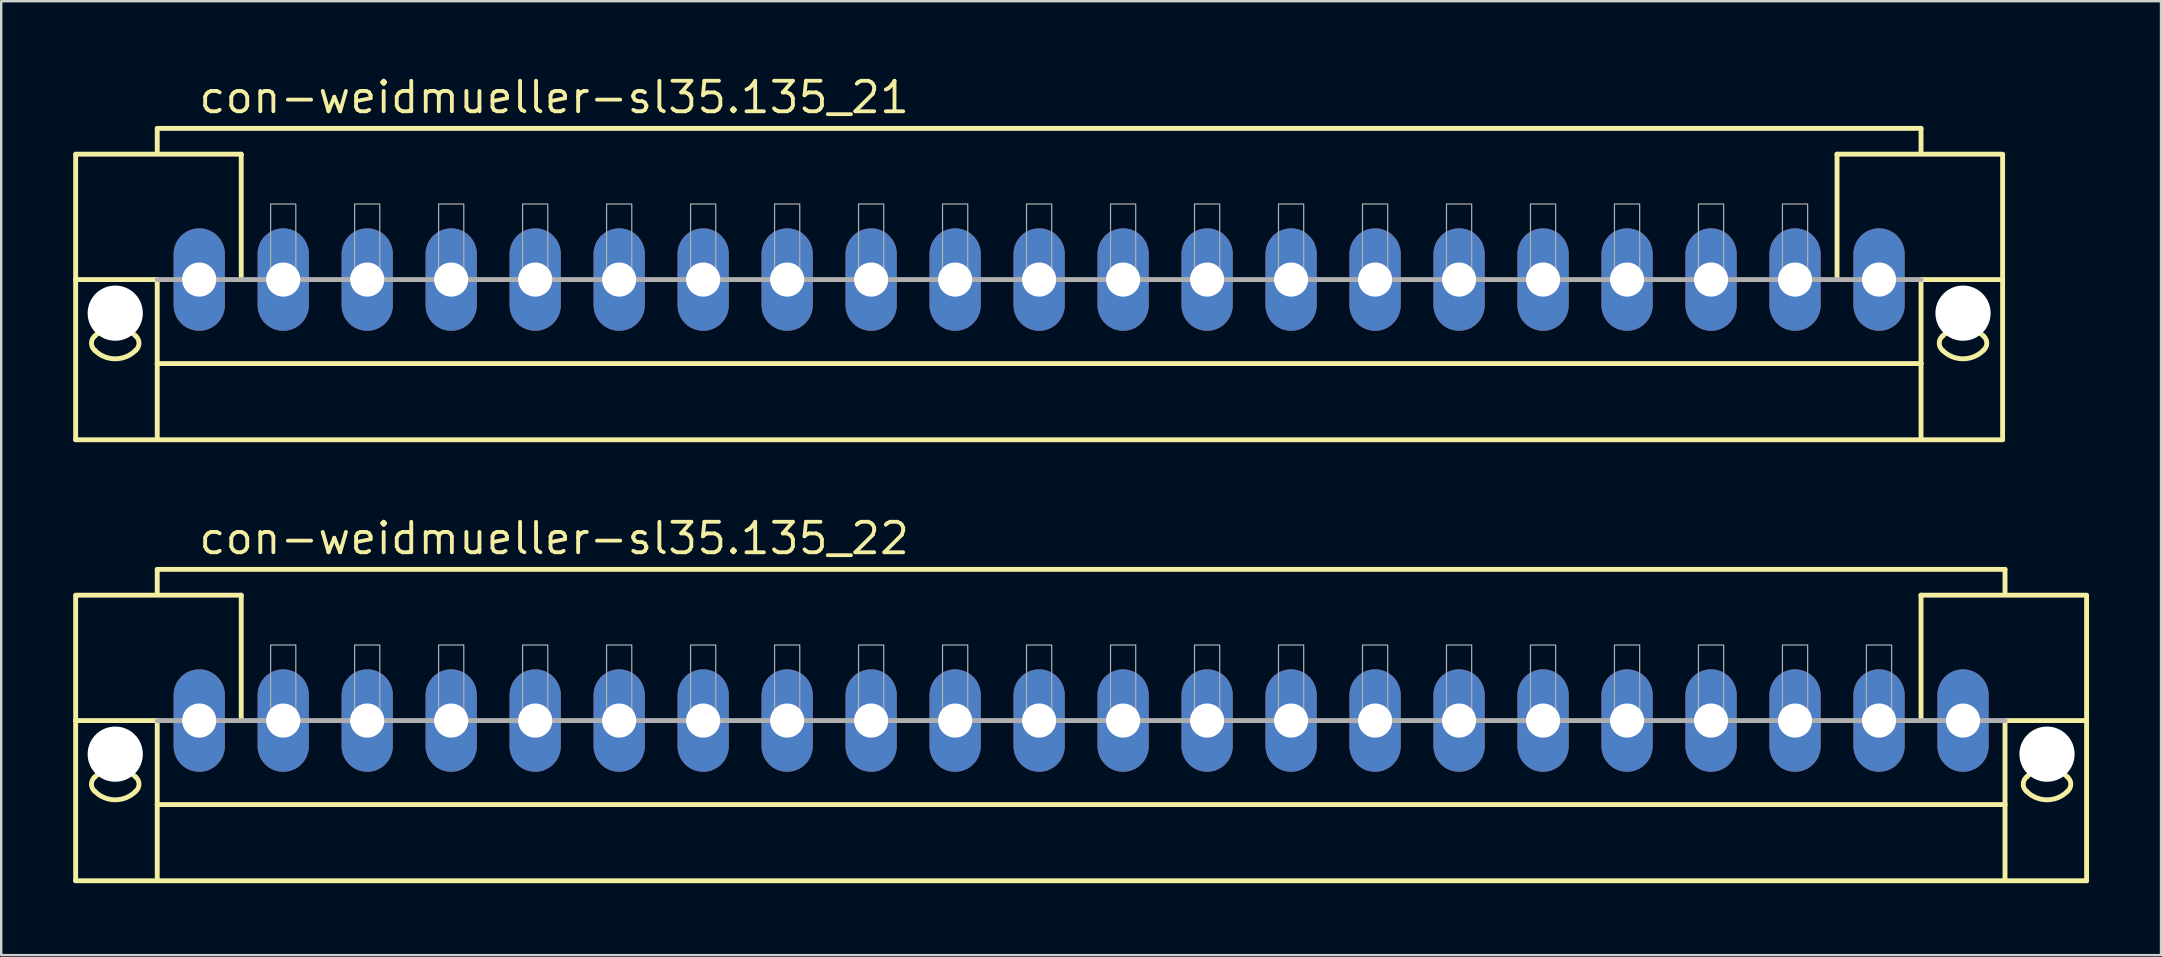
<source format=kicad_pcb>
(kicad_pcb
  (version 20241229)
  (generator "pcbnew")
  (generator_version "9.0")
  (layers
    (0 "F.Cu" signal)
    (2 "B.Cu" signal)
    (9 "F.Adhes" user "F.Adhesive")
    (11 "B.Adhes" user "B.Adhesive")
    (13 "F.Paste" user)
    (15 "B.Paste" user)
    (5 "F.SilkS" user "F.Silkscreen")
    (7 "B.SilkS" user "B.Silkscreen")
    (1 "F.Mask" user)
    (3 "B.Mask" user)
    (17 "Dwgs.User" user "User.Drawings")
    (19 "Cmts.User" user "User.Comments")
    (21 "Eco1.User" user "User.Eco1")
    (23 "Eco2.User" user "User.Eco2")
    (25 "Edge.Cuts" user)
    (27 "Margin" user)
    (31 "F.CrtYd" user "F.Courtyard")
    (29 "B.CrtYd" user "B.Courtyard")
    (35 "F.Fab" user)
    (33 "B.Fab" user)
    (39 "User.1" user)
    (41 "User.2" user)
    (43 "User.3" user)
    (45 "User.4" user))
  (footprint "con-weidmueller-sl35.135_22"
    (layer "F.Cu")
    (at 42.002 26.977)
    (property "Reference" "con-weidmueller-sl35.135_22" (at -36.85 -6.85 0) (layer "F.SilkS") (effects (font (size 1.27 1.27) (thickness 0.16)) (justify left bottom)))
    (attr through_hole)
    (fp_line (start -41.9 -5.225) (end -35 -5.225) (stroke (width 0.203) (type default)) (layer "F.SilkS"))
    (fp_line (start -41.9 -5.2) (end -41.9 0) (stroke (width 0.203) (type default)) (layer "F.SilkS"))
    (fp_line (start -41.9 0) (end -41.9 6.675) (stroke (width 0.203) (type default)) (layer "F.SilkS"))
    (fp_line (start -41.9 0) (end -38.5 0) (stroke (width 0.203) (type default)) (layer "F.SilkS"))
    (fp_line (start -41.9 6.675) (end 41.9 6.675) (stroke (width 0.203) (type default)) (layer "F.SilkS"))
    (fp_line (start -38.5 -6.3) (end 38.5 -6.3) (stroke (width 0.203) (type default)) (layer "F.SilkS"))
    (fp_line (start -38.5 -5.3) (end -38.5 -6.3) (stroke (width 0.203) (type default)) (layer "F.SilkS"))
    (fp_line (start -38.5 0) (end -38.5 3.5) (stroke (width 0.203) (type default)) (layer "F.SilkS"))
    (fp_line (start -38.5 3.5) (end 38.5 3.5) (stroke (width 0.203) (type default)) (layer "F.SilkS"))
    (fp_line (start -38.5 6.65) (end -38.5 3.5) (stroke (width 0.203) (type default)) (layer "F.SilkS"))
    (fp_line (start -35 -5.225) (end -35 -5.2) (stroke (width 0.203) (type default)) (layer "F.SilkS"))
    (fp_line (start -35 -5.175) (end -35 0) (stroke (width 0.203) (type default)) (layer "F.SilkS"))
    (fp_line (start 35 -5.225) (end 41.9 -5.225) (stroke (width 0.203) (type default)) (layer "F.SilkS"))
    (fp_line (start 35 -5.2) (end 35 -5.225) (stroke (width 0.203) (type default)) (layer "F.SilkS"))
    (fp_line (start 35 0) (end 35 -5.175) (stroke (width 0.203) (type default)) (layer "F.SilkS"))
    (fp_line (start 38.5 -6.3) (end 38.5 -5.3) (stroke (width 0.203) (type default)) (layer "F.SilkS"))
    (fp_line (start 38.5 3.5) (end 38.5 0) (stroke (width 0.203) (type default)) (layer "F.SilkS"))
    (fp_line (start 38.5 6.65) (end 38.5 3.5) (stroke (width 0.203) (type default)) (layer "F.SilkS"))
    (fp_line (start 41.9 0) (end 38.5 0) (stroke (width 0.203) (type default)) (layer "F.SilkS"))
    (fp_line (start 41.9 0) (end 41.9 -5.2) (stroke (width 0.203) (type default)) (layer "F.SilkS"))
    (fp_line (start 41.9 6.675) (end 41.9 0) (stroke (width 0.203) (type default)) (layer "F.SilkS"))
    (fp_arc (start -41.1 2.35) (mid -40.25 1.997918) (end -39.4 2.35) (stroke (width 0.2032) (type default)) (layer "F.SilkS"))
    (fp_arc (start -41.1 2.95) (mid -41.240512 2.65) (end -41.1 2.35) (stroke (width 0.2032) (type default)) (layer "F.SilkS"))
    (fp_arc (start -39.4 2.35) (mid -39.259488 2.65) (end -39.4 2.95) (stroke (width 0.2032) (type default)) (layer "F.SilkS"))
    (fp_arc (start -39.4 2.95) (mid -40.25 3.302082) (end -41.1 2.95) (stroke (width 0.2032) (type default)) (layer "F.SilkS"))
    (fp_arc (start 39.4 2.35) (mid 40.25 1.997918) (end 41.1 2.35) (stroke (width 0.2032) (type default)) (layer "F.SilkS"))
    (fp_arc (start 39.4 2.95) (mid 39.259488 2.65) (end 39.4 2.35) (stroke (width 0.2032) (type default)) (layer "F.SilkS"))
    (fp_arc (start 41.1 2.35) (mid 41.240512 2.65) (end 41.1 2.95) (stroke (width 0.2032) (type default)) (layer "F.SilkS"))
    (fp_arc (start 41.1 2.95) (mid 40.25 3.302082) (end 39.4 2.95) (stroke (width 0.2032) (type default)) (layer "F.SilkS"))
    (fp_line (start 38.5 0) (end -38.5 0) (stroke (width 0.203) (type default)) (layer "F.Fab"))
    (fp_rect (start -33.775 0) (end -32.725 -3.15) (stroke (width 0.05) (type default)) (fill no) (layer "F.Fab"))
    (fp_rect (start -30.275 0) (end -29.225 -3.15) (stroke (width 0.05) (type default)) (fill no) (layer "F.Fab"))
    (fp_rect (start -26.775 0) (end -25.725 -3.15) (stroke (width 0.05) (type default)) (fill no) (layer "F.Fab"))
    (fp_rect (start -23.275 0) (end -22.225 -3.15) (stroke (width 0.05) (type default)) (fill no) (layer "F.Fab"))
    (fp_rect (start -19.775 0) (end -18.725 -3.15) (stroke (width 0.05) (type default)) (fill no) (layer "F.Fab"))
    (fp_rect (start -16.275 0) (end -15.225 -3.15) (stroke (width 0.05) (type default)) (fill no) (layer "F.Fab"))
    (fp_rect (start -12.775 0) (end -11.725 -3.15) (stroke (width 0.05) (type default)) (fill no) (layer "F.Fab"))
    (fp_rect (start -9.275 0) (end -8.225 -3.15) (stroke (width 0.05) (type default)) (fill no) (layer "F.Fab"))
    (fp_rect (start -5.775 0) (end -4.725 -3.15) (stroke (width 0.05) (type default)) (fill no) (layer "F.Fab"))
    (fp_rect (start -2.275 0) (end -1.225 -3.15) (stroke (width 0.05) (type default)) (fill no) (layer "F.Fab"))
    (fp_rect (start 1.225 0) (end 2.275 -3.15) (stroke (width 0.05) (type default)) (fill no) (layer "F.Fab"))
    (fp_rect (start 4.725 0) (end 5.775 -3.15) (stroke (width 0.05) (type default)) (fill no) (layer "F.Fab"))
    (fp_rect (start 8.225 0) (end 9.275 -3.15) (stroke (width 0.05) (type default)) (fill no) (layer "F.Fab"))
    (fp_rect (start 11.725 0) (end 12.775 -3.15) (stroke (width 0.05) (type default)) (fill no) (layer "F.Fab"))
    (fp_rect (start 15.225 0) (end 16.275 -3.15) (stroke (width 0.05) (type default)) (fill no) (layer "F.Fab"))
    (fp_rect (start 18.725 0) (end 19.775 -3.15) (stroke (width 0.05) (type default)) (fill no) (layer "F.Fab"))
    (fp_rect (start 22.225 0) (end 23.275 -3.15) (stroke (width 0.05) (type default)) (fill no) (layer "F.Fab"))
    (fp_rect (start 25.725 0) (end 26.775 -3.15) (stroke (width 0.05) (type default)) (fill no) (layer "F.Fab"))
    (fp_rect (start 29.225 0) (end 30.275 -3.15) (stroke (width 0.05) (type default)) (fill no) (layer "F.Fab"))
    (fp_rect (start 32.725 0) (end 33.775 -3.15) (stroke (width 0.05) (type default)) (fill no) (layer "F.Fab"))
    (pad "" np_thru_hole circle (at -40.25 1.4) (size 2.3 2.3) (drill 2.3) (layers "*.Cu" "*.Mask"))
    (pad "" np_thru_hole circle (at 40.25 1.4) (size 2.3 2.3) (drill 2.3) (layers "*.Cu" "*.Mask"))
    (pad "1" thru_hole oval (at -36.75 0 90) (size 4.267 2.134) (drill 1.422) (layers "*.Cu" "*.Mask"))
    (pad "2" thru_hole oval (at -33.25 0 90) (size 4.267 2.134) (drill 1.422) (layers "*.Cu" "*.Mask"))
    (pad "3" thru_hole oval (at -29.75 0 90) (size 4.267 2.134) (drill 1.422) (layers "*.Cu" "*.Mask"))
    (pad "4" thru_hole oval (at -26.25 0 90) (size 4.267 2.134) (drill 1.422) (layers "*.Cu" "*.Mask"))
    (pad "5" thru_hole oval (at -22.75 0 90) (size 4.267 2.134) (drill 1.422) (layers "*.Cu" "*.Mask"))
    (pad "6" thru_hole oval (at -19.25 0 90) (size 4.267 2.134) (drill 1.422) (layers "*.Cu" "*.Mask"))
    (pad "7" thru_hole oval (at -15.75 0 90) (size 4.267 2.134) (drill 1.422) (layers "*.Cu" "*.Mask"))
    (pad "8" thru_hole oval (at -12.25 0 90) (size 4.267 2.134) (drill 1.422) (layers "*.Cu" "*.Mask"))
    (pad "9" thru_hole oval (at -8.75 0 90) (size 4.267 2.134) (drill 1.422) (layers "*.Cu" "*.Mask"))
    (pad "10" thru_hole oval (at -5.25 0 90) (size 4.267 2.134) (drill 1.422) (layers "*.Cu" "*.Mask"))
    (pad "11" thru_hole oval (at -1.75 0 90) (size 4.267 2.134) (drill 1.422) (layers "*.Cu" "*.Mask"))
    (pad "12" thru_hole oval (at 1.75 0 90) (size 4.267 2.134) (drill 1.422) (layers "*.Cu" "*.Mask"))
    (pad "13" thru_hole oval (at 5.25 0 90) (size 4.267 2.134) (drill 1.422) (layers "*.Cu" "*.Mask"))
    (pad "14" thru_hole oval (at 8.75 0 90) (size 4.267 2.134) (drill 1.422) (layers "*.Cu" "*.Mask"))
    (pad "15" thru_hole oval (at 12.25 0 90) (size 4.267 2.134) (drill 1.422) (layers "*.Cu" "*.Mask"))
    (pad "16" thru_hole oval (at 15.75 0 90) (size 4.267 2.134) (drill 1.422) (layers "*.Cu" "*.Mask"))
    (pad "17" thru_hole oval (at 19.25 0 90) (size 4.267 2.134) (drill 1.422) (layers "*.Cu" "*.Mask"))
    (pad "18" thru_hole oval (at 22.75 0 90) (size 4.267 2.134) (drill 1.422) (layers "*.Cu" "*.Mask"))
    (pad "19" thru_hole oval (at 26.25 0 90) (size 4.267 2.134) (drill 1.422) (layers "*.Cu" "*.Mask"))
    (pad "20" thru_hole oval (at 29.75 0 90) (size 4.267 2.134) (drill 1.422) (layers "*.Cu" "*.Mask"))
    (pad "21" thru_hole oval (at 33.25 0 90) (size 4.267 2.134) (drill 1.422) (layers "*.Cu" "*.Mask"))
    (pad "22" thru_hole oval (at 36.75 0 90) (size 4.267 2.134) (drill 1.422) (layers "*.Cu" "*.Mask")))
  (footprint "con-weidmueller-sl35.135_21"
    (layer "F.Cu")
    (at 40.252 8.6)
    (property "Reference" "con-weidmueller-sl35.135_21" (at -35.1 -6.85 0) (layer "F.SilkS") (effects (font (size 1.27 1.27) (thickness 0.16)) (justify left bottom)))
    (attr through_hole)
    (fp_line (start -40.15 -5.225) (end -33.25 -5.225) (stroke (width 0.203) (type default)) (layer "F.SilkS"))
    (fp_line (start -40.15 -5.2) (end -40.15 0) (stroke (width 0.203) (type default)) (layer "F.SilkS"))
    (fp_line (start -40.15 0) (end -40.15 6.675) (stroke (width 0.203) (type default)) (layer "F.SilkS"))
    (fp_line (start -40.15 0) (end -36.75 0) (stroke (width 0.203) (type default)) (layer "F.SilkS"))
    (fp_line (start -40.15 6.675) (end 40.15 6.675) (stroke (width 0.203) (type default)) (layer "F.SilkS"))
    (fp_line (start -36.75 -6.3) (end 36.75 -6.3) (stroke (width 0.203) (type default)) (layer "F.SilkS"))
    (fp_line (start -36.75 -5.3) (end -36.75 -6.3) (stroke (width 0.203) (type default)) (layer "F.SilkS"))
    (fp_line (start -36.75 0) (end -36.75 3.5) (stroke (width 0.203) (type default)) (layer "F.SilkS"))
    (fp_line (start -36.75 3.5) (end 36.75 3.5) (stroke (width 0.203) (type default)) (layer "F.SilkS"))
    (fp_line (start -36.75 6.65) (end -36.75 3.5) (stroke (width 0.203) (type default)) (layer "F.SilkS"))
    (fp_line (start -33.25 -5.225) (end -33.25 -5.2) (stroke (width 0.203) (type default)) (layer "F.SilkS"))
    (fp_line (start -33.25 -5.175) (end -33.25 0) (stroke (width 0.203) (type default)) (layer "F.SilkS"))
    (fp_line (start 33.25 -5.225) (end 40.15 -5.225) (stroke (width 0.203) (type default)) (layer "F.SilkS"))
    (fp_line (start 33.25 -5.2) (end 33.25 -5.225) (stroke (width 0.203) (type default)) (layer "F.SilkS"))
    (fp_line (start 33.25 0) (end 33.25 -5.175) (stroke (width 0.203) (type default)) (layer "F.SilkS"))
    (fp_line (start 36.75 -6.3) (end 36.75 -5.3) (stroke (width 0.203) (type default)) (layer "F.SilkS"))
    (fp_line (start 36.75 3.5) (end 36.75 0) (stroke (width 0.203) (type default)) (layer "F.SilkS"))
    (fp_line (start 36.75 6.65) (end 36.75 3.5) (stroke (width 0.203) (type default)) (layer "F.SilkS"))
    (fp_line (start 40.15 0) (end 36.75 0) (stroke (width 0.203) (type default)) (layer "F.SilkS"))
    (fp_line (start 40.15 0) (end 40.15 -5.2) (stroke (width 0.203) (type default)) (layer "F.SilkS"))
    (fp_line (start 40.15 6.675) (end 40.15 0) (stroke (width 0.203) (type default)) (layer "F.SilkS"))
    (fp_arc (start -39.35 2.35) (mid -38.5 1.997918) (end -37.65 2.35) (stroke (width 0.2032) (type default)) (layer "F.SilkS"))
    (fp_arc (start -39.35 2.95) (mid -39.490512 2.65) (end -39.35 2.35) (stroke (width 0.2032) (type default)) (layer "F.SilkS"))
    (fp_arc (start -37.65 2.35) (mid -37.509488 2.65) (end -37.65 2.95) (stroke (width 0.2032) (type default)) (layer "F.SilkS"))
    (fp_arc (start -37.65 2.95) (mid -38.5 3.302082) (end -39.35 2.95) (stroke (width 0.2032) (type default)) (layer "F.SilkS"))
    (fp_arc (start 37.65 2.35) (mid 38.5 1.997918) (end 39.35 2.35) (stroke (width 0.2032) (type default)) (layer "F.SilkS"))
    (fp_arc (start 37.65 2.95) (mid 37.509488 2.65) (end 37.65 2.35) (stroke (width 0.2032) (type default)) (layer "F.SilkS"))
    (fp_arc (start 39.35 2.35) (mid 39.490512 2.65) (end 39.35 2.95) (stroke (width 0.2032) (type default)) (layer "F.SilkS"))
    (fp_arc (start 39.35 2.95) (mid 38.5 3.302082) (end 37.65 2.95) (stroke (width 0.2032) (type default)) (layer "F.SilkS"))
    (fp_line (start 36.75 0) (end -36.75 0) (stroke (width 0.203) (type default)) (layer "F.Fab"))
    (fp_rect (start -32.025 0) (end -30.975 -3.15) (stroke (width 0.05) (type default)) (fill no) (layer "F.Fab"))
    (fp_rect (start -28.525 0) (end -27.475 -3.15) (stroke (width 0.05) (type default)) (fill no) (layer "F.Fab"))
    (fp_rect (start -25.025 0) (end -23.975 -3.15) (stroke (width 0.05) (type default)) (fill no) (layer "F.Fab"))
    (fp_rect (start -21.525 0) (end -20.475 -3.15) (stroke (width 0.05) (type default)) (fill no) (layer "F.Fab"))
    (fp_rect (start -18.025 0) (end -16.975 -3.15) (stroke (width 0.05) (type default)) (fill no) (layer "F.Fab"))
    (fp_rect (start -14.525 0) (end -13.475 -3.15) (stroke (width 0.05) (type default)) (fill no) (layer "F.Fab"))
    (fp_rect (start -11.025 0) (end -9.975 -3.15) (stroke (width 0.05) (type default)) (fill no) (layer "F.Fab"))
    (fp_rect (start -7.525 0) (end -6.475 -3.15) (stroke (width 0.05) (type default)) (fill no) (layer "F.Fab"))
    (fp_rect (start -4.025 0) (end -2.975 -3.15) (stroke (width 0.05) (type default)) (fill no) (layer "F.Fab"))
    (fp_rect (start -0.525 0) (end 0.525 -3.15) (stroke (width 0.05) (type default)) (fill no) (layer "F.Fab"))
    (fp_rect (start 2.975 0) (end 4.025 -3.15) (stroke (width 0.05) (type default)) (fill no) (layer "F.Fab"))
    (fp_rect (start 6.475 0) (end 7.525 -3.15) (stroke (width 0.05) (type default)) (fill no) (layer "F.Fab"))
    (fp_rect (start 9.975 0) (end 11.025 -3.15) (stroke (width 0.05) (type default)) (fill no) (layer "F.Fab"))
    (fp_rect (start 13.475 0) (end 14.525 -3.15) (stroke (width 0.05) (type default)) (fill no) (layer "F.Fab"))
    (fp_rect (start 16.975 0) (end 18.025 -3.15) (stroke (width 0.05) (type default)) (fill no) (layer "F.Fab"))
    (fp_rect (start 20.475 0) (end 21.525 -3.15) (stroke (width 0.05) (type default)) (fill no) (layer "F.Fab"))
    (fp_rect (start 23.975 0) (end 25.025 -3.15) (stroke (width 0.05) (type default)) (fill no) (layer "F.Fab"))
    (fp_rect (start 27.475 0) (end 28.525 -3.15) (stroke (width 0.05) (type default)) (fill no) (layer "F.Fab"))
    (fp_rect (start 30.975 0) (end 32.025 -3.15) (stroke (width 0.05) (type default)) (fill no) (layer "F.Fab"))
    (pad "" np_thru_hole circle (at -38.5 1.4) (size 2.3 2.3) (drill 2.3) (layers "*.Cu" "*.Mask"))
    (pad "" np_thru_hole circle (at 38.5 1.4) (size 2.3 2.3) (drill 2.3) (layers "*.Cu" "*.Mask"))
    (pad "1" thru_hole oval (at -35 0 90) (size 4.267 2.134) (drill 1.422) (layers "*.Cu" "*.Mask"))
    (pad "2" thru_hole oval (at -31.5 0 90) (size 4.267 2.134) (drill 1.422) (layers "*.Cu" "*.Mask"))
    (pad "3" thru_hole oval (at -28 0 90) (size 4.267 2.134) (drill 1.422) (layers "*.Cu" "*.Mask"))
    (pad "4" thru_hole oval (at -24.5 0 90) (size 4.267 2.134) (drill 1.422) (layers "*.Cu" "*.Mask"))
    (pad "5" thru_hole oval (at -21 0 90) (size 4.267 2.134) (drill 1.422) (layers "*.Cu" "*.Mask"))
    (pad "6" thru_hole oval (at -17.5 0 90) (size 4.267 2.134) (drill 1.422) (layers "*.Cu" "*.Mask"))
    (pad "7" thru_hole oval (at -14 0 90) (size 4.267 2.134) (drill 1.422) (layers "*.Cu" "*.Mask"))
    (pad "8" thru_hole oval (at -10.5 0 90) (size 4.267 2.134) (drill 1.422) (layers "*.Cu" "*.Mask"))
    (pad "9" thru_hole oval (at -7 0 90) (size 4.267 2.134) (drill 1.422) (layers "*.Cu" "*.Mask"))
    (pad "10" thru_hole oval (at -3.5 0 90) (size 4.267 2.134) (drill 1.422) (layers "*.Cu" "*.Mask"))
    (pad "11" thru_hole oval (at 0 0 90) (size 4.267 2.134) (drill 1.422) (layers "*.Cu" "*.Mask"))
    (pad "12" thru_hole oval (at 3.5 0 90) (size 4.267 2.134) (drill 1.422) (layers "*.Cu" "*.Mask"))
    (pad "13" thru_hole oval (at 7 0 90) (size 4.267 2.134) (drill 1.422) (layers "*.Cu" "*.Mask"))
    (pad "14" thru_hole oval (at 10.5 0 90) (size 4.267 2.134) (drill 1.422) (layers "*.Cu" "*.Mask"))
    (pad "15" thru_hole oval (at 14 0 90) (size 4.267 2.134) (drill 1.422) (layers "*.Cu" "*.Mask"))
    (pad "16" thru_hole oval (at 17.5 0 90) (size 4.267 2.134) (drill 1.422) (layers "*.Cu" "*.Mask"))
    (pad "17" thru_hole oval (at 21 0 90) (size 4.267 2.134) (drill 1.422) (layers "*.Cu" "*.Mask"))
    (pad "18" thru_hole oval (at 24.5 0 90) (size 4.267 2.134) (drill 1.422) (layers "*.Cu" "*.Mask"))
    (pad "19" thru_hole oval (at 28 0 90) (size 4.267 2.134) (drill 1.422) (layers "*.Cu" "*.Mask"))
    (pad "20" thru_hole oval (at 31.5 0 90) (size 4.267 2.134) (drill 1.422) (layers "*.Cu" "*.Mask"))
    (pad "21" thru_hole oval (at 35 0 90) (size 4.267 2.134) (drill 1.422) (layers "*.Cu" "*.Mask")))
  (gr_rect
    (start -3 -3)
    (end 87.003 36.753)
    (stroke (width 0.1) (type default))
    (fill no)
    (layer "Edge.Cuts")))
</source>
